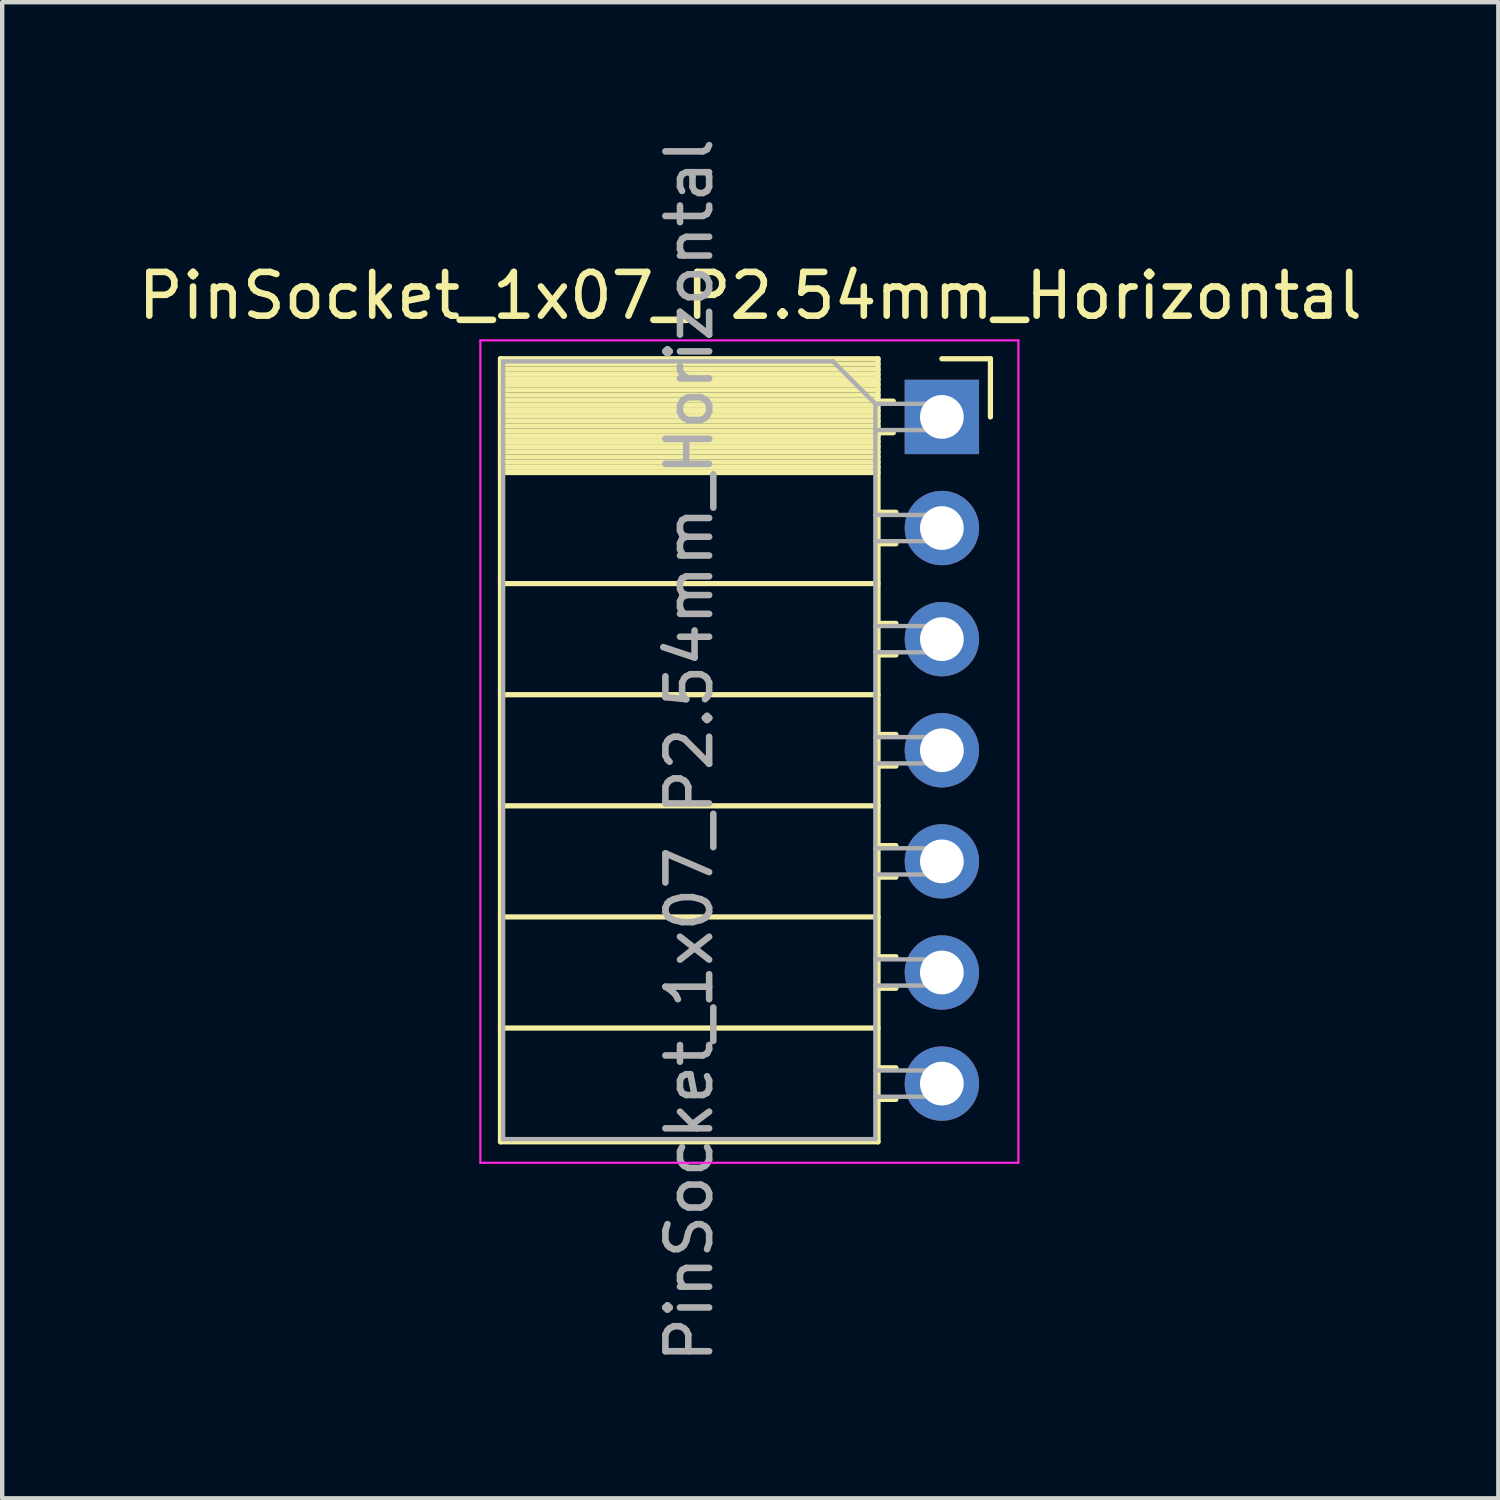
<source format=kicad_pcb>
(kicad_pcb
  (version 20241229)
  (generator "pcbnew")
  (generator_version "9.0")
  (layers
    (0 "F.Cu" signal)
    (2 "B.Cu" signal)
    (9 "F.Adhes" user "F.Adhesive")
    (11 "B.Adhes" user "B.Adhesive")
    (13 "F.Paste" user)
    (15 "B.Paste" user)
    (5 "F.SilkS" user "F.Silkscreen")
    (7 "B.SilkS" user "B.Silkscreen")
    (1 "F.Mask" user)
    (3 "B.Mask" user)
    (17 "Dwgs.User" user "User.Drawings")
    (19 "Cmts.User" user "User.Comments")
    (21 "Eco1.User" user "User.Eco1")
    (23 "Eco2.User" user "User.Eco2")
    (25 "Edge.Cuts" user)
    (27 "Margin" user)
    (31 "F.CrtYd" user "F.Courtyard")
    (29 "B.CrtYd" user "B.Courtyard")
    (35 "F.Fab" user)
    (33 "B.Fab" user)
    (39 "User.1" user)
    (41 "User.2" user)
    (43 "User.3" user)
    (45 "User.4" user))
  (footprint "PinSocket_1x07_P2.54mm_Horizontal"
    (layer "F.Cu")
    (at 18.481 14.101)
    (property "Reference" "PinSocket_1x07_P2.54mm_Horizontal" (at -4.38 -10.39 0) (layer "F.SilkS") (effects (font (size 1 1) (thickness 0.15))))
    (attr through_hole)
    (fp_line (start -10.09 -8.95) (end -10.09 8.95) (stroke (width 0.12) (type solid)) (layer "F.SilkS"))
    (fp_line (start -10.09 -8.95) (end -1.46 -8.95) (stroke (width 0.12) (type solid)) (layer "F.SilkS"))
    (fp_line (start -10.09 -8.83) (end -1.46 -8.83) (stroke (width 0.12) (type solid)) (layer "F.SilkS"))
    (fp_line (start -10.09 -8.712) (end -1.46 -8.712) (stroke (width 0.12) (type solid)) (layer "F.SilkS"))
    (fp_line (start -10.09 -8.594) (end -1.46 -8.594) (stroke (width 0.12) (type solid)) (layer "F.SilkS"))
    (fp_line (start -10.09 -8.476) (end -1.46 -8.476) (stroke (width 0.12) (type solid)) (layer "F.SilkS"))
    (fp_line (start -10.09 -8.358) (end -1.46 -8.358) (stroke (width 0.12) (type solid)) (layer "F.SilkS"))
    (fp_line (start -10.09 -8.24) (end -1.46 -8.24) (stroke (width 0.12) (type solid)) (layer "F.SilkS"))
    (fp_line (start -10.09 -8.121) (end -1.46 -8.121) (stroke (width 0.12) (type solid)) (layer "F.SilkS"))
    (fp_line (start -10.09 -8.003) (end -1.46 -8.003) (stroke (width 0.12) (type solid)) (layer "F.SilkS"))
    (fp_line (start -10.09 -7.885) (end -1.46 -7.885) (stroke (width 0.12) (type solid)) (layer "F.SilkS"))
    (fp_line (start -10.09 -7.767) (end -1.46 -7.767) (stroke (width 0.12) (type solid)) (layer "F.SilkS"))
    (fp_line (start -10.09 -7.649) (end -1.46 -7.649) (stroke (width 0.12) (type solid)) (layer "F.SilkS"))
    (fp_line (start -10.09 -7.531) (end -1.46 -7.531) (stroke (width 0.12) (type solid)) (layer "F.SilkS"))
    (fp_line (start -10.09 -7.413) (end -1.46 -7.413) (stroke (width 0.12) (type solid)) (layer "F.SilkS"))
    (fp_line (start -10.09 -7.295) (end -1.46 -7.295) (stroke (width 0.12) (type solid)) (layer "F.SilkS"))
    (fp_line (start -10.09 -7.177) (end -1.46 -7.177) (stroke (width 0.12) (type solid)) (layer "F.SilkS"))
    (fp_line (start -10.09 -7.059) (end -1.46 -7.059) (stroke (width 0.12) (type solid)) (layer "F.SilkS"))
    (fp_line (start -10.09 -6.94) (end -1.46 -6.94) (stroke (width 0.12) (type solid)) (layer "F.SilkS"))
    (fp_line (start -10.09 -6.822) (end -1.46 -6.822) (stroke (width 0.12) (type solid)) (layer "F.SilkS"))
    (fp_line (start -10.09 -6.704) (end -1.46 -6.704) (stroke (width 0.12) (type solid)) (layer "F.SilkS"))
    (fp_line (start -10.09 -6.586) (end -1.46 -6.586) (stroke (width 0.12) (type solid)) (layer "F.SilkS"))
    (fp_line (start -10.09 -6.468) (end -1.46 -6.468) (stroke (width 0.12) (type solid)) (layer "F.SilkS"))
    (fp_line (start -10.09 -6.35) (end -1.46 -6.35) (stroke (width 0.12) (type solid)) (layer "F.SilkS"))
    (fp_line (start -10.09 -3.81) (end -1.46 -3.81) (stroke (width 0.12) (type solid)) (layer "F.SilkS"))
    (fp_line (start -10.09 -1.27) (end -1.46 -1.27) (stroke (width 0.12) (type solid)) (layer "F.SilkS"))
    (fp_line (start -10.09 1.27) (end -1.46 1.27) (stroke (width 0.12) (type solid)) (layer "F.SilkS"))
    (fp_line (start -10.09 3.81) (end -1.46 3.81) (stroke (width 0.12) (type solid)) (layer "F.SilkS"))
    (fp_line (start -10.09 6.35) (end -1.46 6.35) (stroke (width 0.12) (type solid)) (layer "F.SilkS"))
    (fp_line (start -10.09 8.95) (end -1.46 8.95) (stroke (width 0.12) (type solid)) (layer "F.SilkS"))
    (fp_line (start -1.46 -8.95) (end -1.46 8.95) (stroke (width 0.12) (type solid)) (layer "F.SilkS"))
    (fp_line (start -1.46 -7.98) (end -1.11 -7.98) (stroke (width 0.12) (type solid)) (layer "F.SilkS"))
    (fp_line (start -1.46 -7.26) (end -1.11 -7.26) (stroke (width 0.12) (type solid)) (layer "F.SilkS"))
    (fp_line (start -1.46 -5.44) (end -1.05 -5.44) (stroke (width 0.12) (type solid)) (layer "F.SilkS"))
    (fp_line (start -1.46 -4.72) (end -1.05 -4.72) (stroke (width 0.12) (type solid)) (layer "F.SilkS"))
    (fp_line (start -1.46 -2.9) (end -1.05 -2.9) (stroke (width 0.12) (type solid)) (layer "F.SilkS"))
    (fp_line (start -1.46 -2.18) (end -1.05 -2.18) (stroke (width 0.12) (type solid)) (layer "F.SilkS"))
    (fp_line (start -1.46 -0.36) (end -1.05 -0.36) (stroke (width 0.12) (type solid)) (layer "F.SilkS"))
    (fp_line (start -1.46 0.36) (end -1.05 0.36) (stroke (width 0.12) (type solid)) (layer "F.SilkS"))
    (fp_line (start -1.46 2.18) (end -1.05 2.18) (stroke (width 0.12) (type solid)) (layer "F.SilkS"))
    (fp_line (start -1.46 2.9) (end -1.05 2.9) (stroke (width 0.12) (type solid)) (layer "F.SilkS"))
    (fp_line (start -1.46 4.72) (end -1.05 4.72) (stroke (width 0.12) (type solid)) (layer "F.SilkS"))
    (fp_line (start -1.46 5.44) (end -1.05 5.44) (stroke (width 0.12) (type solid)) (layer "F.SilkS"))
    (fp_line (start -1.46 7.26) (end -1.05 7.26) (stroke (width 0.12) (type solid)) (layer "F.SilkS"))
    (fp_line (start -1.46 7.98) (end -1.05 7.98) (stroke (width 0.12) (type solid)) (layer "F.SilkS"))
    (fp_line (start 0 -8.95) (end 1.11 -8.95) (stroke (width 0.12) (type solid)) (layer "F.SilkS"))
    (fp_line (start 1.11 -8.95) (end 1.11 -7.62) (stroke (width 0.12) (type solid)) (layer "F.SilkS"))
    (fp_line (start -10.55 -9.37) (end -10.55 9.43) (stroke (width 0.05) (type solid)) (layer "F.CrtYd"))
    (fp_line (start -10.55 9.43) (end 1.75 9.43) (stroke (width 0.05) (type solid)) (layer "F.CrtYd"))
    (fp_line (start 1.75 -9.37) (end -10.55 -9.37) (stroke (width 0.05) (type solid)) (layer "F.CrtYd"))
    (fp_line (start 1.75 9.43) (end 1.75 -9.37) (stroke (width 0.05) (type solid)) (layer "F.CrtYd"))
    (fp_line (start -10.03 -8.89) (end -2.49 -8.89) (stroke (width 0.1) (type solid)) (layer "F.Fab"))
    (fp_line (start -10.03 8.89) (end -10.03 -8.89) (stroke (width 0.1) (type solid)) (layer "F.Fab"))
    (fp_line (start -2.49 -8.89) (end -1.52 -7.92) (stroke (width 0.1) (type solid)) (layer "F.Fab"))
    (fp_line (start -1.52 -7.92) (end -1.52 8.89) (stroke (width 0.1) (type solid)) (layer "F.Fab"))
    (fp_line (start -1.52 -7.32) (end 0 -7.32) (stroke (width 0.1) (type solid)) (layer "F.Fab"))
    (fp_line (start -1.52 -4.78) (end 0 -4.78) (stroke (width 0.1) (type solid)) (layer "F.Fab"))
    (fp_line (start -1.52 -2.24) (end 0 -2.24) (stroke (width 0.1) (type solid)) (layer "F.Fab"))
    (fp_line (start -1.52 0.3) (end 0 0.3) (stroke (width 0.1) (type solid)) (layer "F.Fab"))
    (fp_line (start -1.52 2.84) (end 0 2.84) (stroke (width 0.1) (type solid)) (layer "F.Fab"))
    (fp_line (start -1.52 5.38) (end 0 5.38) (stroke (width 0.1) (type solid)) (layer "F.Fab"))
    (fp_line (start -1.52 7.92) (end 0 7.92) (stroke (width 0.1) (type solid)) (layer "F.Fab"))
    (fp_line (start -1.52 8.89) (end -10.03 8.89) (stroke (width 0.1) (type solid)) (layer "F.Fab"))
    (fp_line (start 0 -7.92) (end -1.52 -7.92) (stroke (width 0.1) (type solid)) (layer "F.Fab"))
    (fp_line (start 0 -7.32) (end 0 -7.92) (stroke (width 0.1) (type solid)) (layer "F.Fab"))
    (fp_line (start 0 -5.38) (end -1.52 -5.38) (stroke (width 0.1) (type solid)) (layer "F.Fab"))
    (fp_line (start 0 -4.78) (end 0 -5.38) (stroke (width 0.1) (type solid)) (layer "F.Fab"))
    (fp_line (start 0 -2.84) (end -1.52 -2.84) (stroke (width 0.1) (type solid)) (layer "F.Fab"))
    (fp_line (start 0 -2.24) (end 0 -2.84) (stroke (width 0.1) (type solid)) (layer "F.Fab"))
    (fp_line (start 0 -0.3) (end -1.52 -0.3) (stroke (width 0.1) (type solid)) (layer "F.Fab"))
    (fp_line (start 0 0.3) (end 0 -0.3) (stroke (width 0.1) (type solid)) (layer "F.Fab"))
    (fp_line (start 0 2.24) (end -1.52 2.24) (stroke (width 0.1) (type solid)) (layer "F.Fab"))
    (fp_line (start 0 2.84) (end 0 2.24) (stroke (width 0.1) (type solid)) (layer "F.Fab"))
    (fp_line (start 0 4.78) (end -1.52 4.78) (stroke (width 0.1) (type solid)) (layer "F.Fab"))
    (fp_line (start 0 5.38) (end 0 4.78) (stroke (width 0.1) (type solid)) (layer "F.Fab"))
    (fp_line (start 0 7.32) (end -1.52 7.32) (stroke (width 0.1) (type solid)) (layer "F.Fab"))
    (fp_line (start 0 7.92) (end 0 7.32) (stroke (width 0.1) (type solid)) (layer "F.Fab"))
    (fp_text user "${REFERENCE}" (at -5.775 0 90) (layer "F.Fab") (effects (font (size 1 1) (thickness 0.15))))
    (pad "1" thru_hole rect (at 0 -7.62) (size 1.7 1.7) (drill 1) (layers "*.Cu" "*.Mask"))
    (pad "2" thru_hole circle (at 0 -5.08) (size 1.7 1.7) (drill 1) (layers "*.Cu" "*.Mask"))
    (pad "3" thru_hole circle (at 0 -2.54) (size 1.7 1.7) (drill 1) (layers "*.Cu" "*.Mask"))
    (pad "4" thru_hole circle (at 0 0) (size 1.7 1.7) (drill 1) (layers "*.Cu" "*.Mask"))
    (pad "5" thru_hole circle (at 0 2.54) (size 1.7 1.7) (drill 1) (layers "*.Cu" "*.Mask"))
    (pad "6" thru_hole circle (at 0 5.08) (size 1.7 1.7) (drill 1) (layers "*.Cu" "*.Mask"))
    (pad "7" thru_hole circle (at 0 7.62) (size 1.7 1.7) (drill 1) (layers "*.Cu" "*.Mask")))
  (gr_rect
    (start -3 -3)
    (end 31.202 31.202)
    (stroke (width 0.1) (type default))
    (fill no)
    (layer "Edge.Cuts")))
</source>
